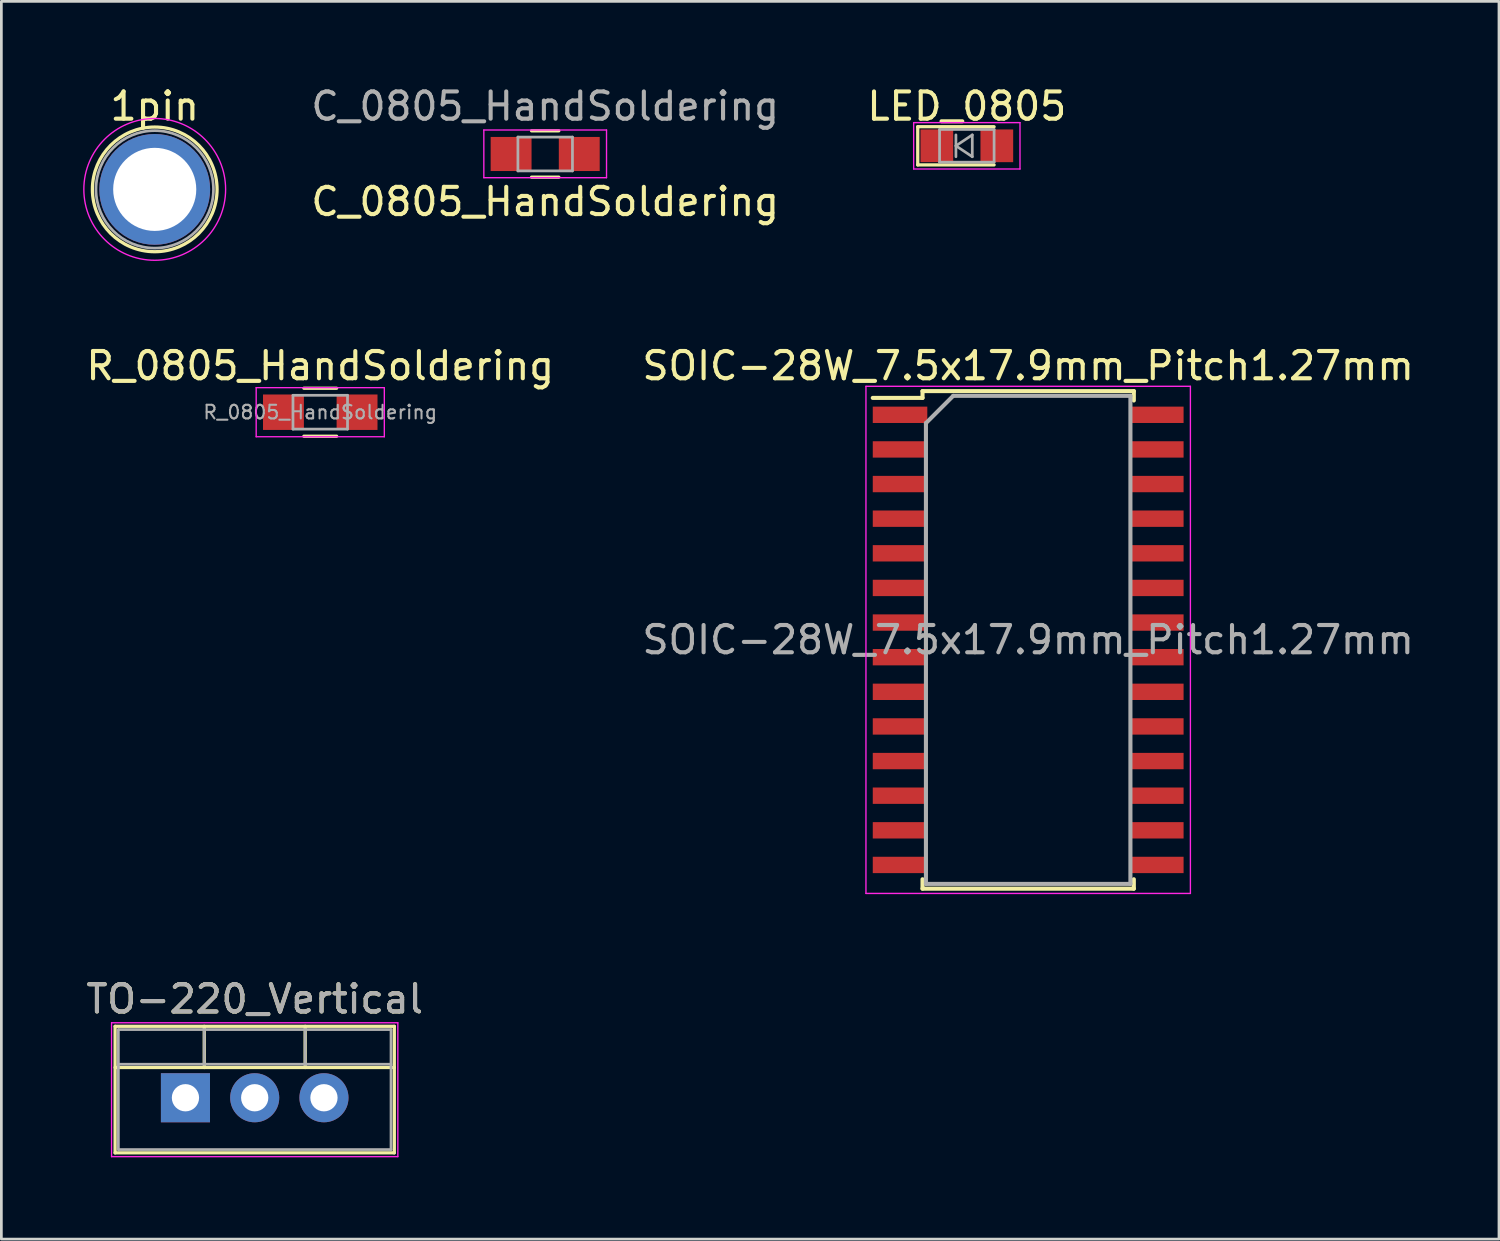
<source format=kicad_pcb>
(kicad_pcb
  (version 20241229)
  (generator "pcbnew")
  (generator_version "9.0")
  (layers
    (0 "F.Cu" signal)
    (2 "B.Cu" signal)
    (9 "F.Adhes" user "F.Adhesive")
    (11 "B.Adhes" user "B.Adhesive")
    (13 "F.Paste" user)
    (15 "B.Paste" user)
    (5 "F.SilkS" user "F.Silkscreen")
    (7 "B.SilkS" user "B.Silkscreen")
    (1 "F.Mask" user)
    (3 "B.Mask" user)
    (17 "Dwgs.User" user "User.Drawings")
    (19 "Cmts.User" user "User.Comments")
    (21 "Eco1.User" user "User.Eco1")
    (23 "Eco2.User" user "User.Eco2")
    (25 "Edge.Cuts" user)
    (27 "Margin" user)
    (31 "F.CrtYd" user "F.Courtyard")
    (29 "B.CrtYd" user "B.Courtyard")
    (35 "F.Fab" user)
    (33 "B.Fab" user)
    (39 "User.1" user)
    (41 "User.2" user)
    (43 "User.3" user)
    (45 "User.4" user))
  (footprint "TO-220_Vertical"
    (layer "F.Cu")
    (at 3.752 37.213)
    (property "Reference" "TO-220_Vertical" (at 2.54 -3.62 0) (layer "F.SilkS") (effects (font (size 1 1) (thickness 0.15))))
    (attr through_hole)
    (fp_line (start -2.58 -2.62) (end -2.58 2.021) (stroke (width 0.12) (type solid)) (layer "F.SilkS"))
    (fp_line (start -2.58 -2.62) (end 7.66 -2.62) (stroke (width 0.12) (type solid)) (layer "F.SilkS"))
    (fp_line (start -2.58 -1.11) (end 7.66 -1.11) (stroke (width 0.12) (type solid)) (layer "F.SilkS"))
    (fp_line (start -2.58 2.021) (end 7.66 2.021) (stroke (width 0.12) (type solid)) (layer "F.SilkS"))
    (fp_line (start 0.69 -2.62) (end 0.69 -1.11) (stroke (width 0.12) (type solid)) (layer "F.SilkS"))
    (fp_line (start 4.391 -2.62) (end 4.391 -1.11) (stroke (width 0.12) (type solid)) (layer "F.SilkS"))
    (fp_line (start 7.66 -2.62) (end 7.66 2.021) (stroke (width 0.12) (type solid)) (layer "F.SilkS"))
    (fp_line (start -2.71 -2.75) (end -2.71 2.16) (stroke (width 0.05) (type solid)) (layer "F.CrtYd"))
    (fp_line (start -2.71 2.16) (end 7.79 2.16) (stroke (width 0.05) (type solid)) (layer "F.CrtYd"))
    (fp_line (start 7.79 -2.75) (end -2.71 -2.75) (stroke (width 0.05) (type solid)) (layer "F.CrtYd"))
    (fp_line (start 7.79 2.16) (end 7.79 -2.75) (stroke (width 0.05) (type solid)) (layer "F.CrtYd"))
    (fp_line (start -2.46 -2.5) (end -2.46 1.9) (stroke (width 0.1) (type solid)) (layer "F.Fab"))
    (fp_line (start -2.46 -1.23) (end 7.54 -1.23) (stroke (width 0.1) (type solid)) (layer "F.Fab"))
    (fp_line (start -2.46 1.9) (end 7.54 1.9) (stroke (width 0.1) (type solid)) (layer "F.Fab"))
    (fp_line (start 0.69 -2.5) (end 0.69 -1.23) (stroke (width 0.1) (type solid)) (layer "F.Fab"))
    (fp_line (start 4.39 -2.5) (end 4.39 -1.23) (stroke (width 0.1) (type solid)) (layer "F.Fab"))
    (fp_line (start 7.54 -2.5) (end -2.46 -2.5) (stroke (width 0.1) (type solid)) (layer "F.Fab"))
    (fp_line (start 7.54 1.9) (end 7.54 -2.5) (stroke (width 0.1) (type solid)) (layer "F.Fab"))
    (fp_text user "${REFERENCE}" (at 2.54 -3.62 0) (layer "F.Fab") (effects (font (size 1 1) (thickness 0.15))))
    (pad "1" thru_hole rect (at 0 0) (size 1.8 1.8) (drill 1) (layers "*.Cu" "*.Mask"))
    (pad "2" thru_hole oval (at 2.54 0) (size 1.8 1.8) (drill 1) (layers "*.Cu" "*.Mask"))
    (pad "3" thru_hole oval (at 5.08 0) (size 1.8 1.8) (drill 1) (layers "*.Cu" "*.Mask")))
  (footprint "1pin"
    (layer "F.Cu")
    (at 2.625 3.896)
    (property "Reference" "1pin" (at 0 -3.048 0) (layer "F.SilkS") (effects (font (size 1 1) (thickness 0.15))))
    (attr through_hole)
    (fp_circle (center 0 0) (end 0 -2.286) (stroke (width 0.12) (type solid)) (fill no) (layer "F.SilkS"))
    (fp_circle (center 0 0) (end 2.6 0) (stroke (width 0.05) (type solid)) (fill no) (layer "F.CrtYd"))
    (fp_circle (center 0 0) (end 2 0.8) (stroke (width 0.1) (type solid)) (fill no) (layer "F.Fab"))
    (pad "1" thru_hole circle (at 0 0) (size 4.064 4.064) (drill 3.048) (layers "*.Cu" "*.Mask")))
  (footprint "R_0805_HandSoldering"
    (layer "F.Cu")
    (at 8.696 12.069)
    (property "Reference" "R_0805_HandSoldering" (at 0 -1.7 0) (layer "F.SilkS") (effects (font (size 1 1) (thickness 0.15))))
    (attr smd)
    (fp_line (start -0.6 -0.88) (end 0.6 -0.88) (stroke (width 0.12) (type solid)) (layer "F.SilkS"))
    (fp_line (start 0.6 0.88) (end -0.6 0.88) (stroke (width 0.12) (type solid)) (layer "F.SilkS"))
    (fp_line (start -2.35 -0.9) (end -2.35 0.9) (stroke (width 0.05) (type solid)) (layer "F.CrtYd"))
    (fp_line (start -2.35 -0.9) (end 2.35 -0.9) (stroke (width 0.05) (type solid)) (layer "F.CrtYd"))
    (fp_line (start 2.35 0.9) (end -2.35 0.9) (stroke (width 0.05) (type solid)) (layer "F.CrtYd"))
    (fp_line (start 2.35 0.9) (end 2.35 -0.9) (stroke (width 0.05) (type solid)) (layer "F.CrtYd"))
    (fp_line (start -1 -0.62) (end 1 -0.62) (stroke (width 0.1) (type solid)) (layer "F.Fab"))
    (fp_line (start -1 0.62) (end -1 -0.62) (stroke (width 0.1) (type solid)) (layer "F.Fab"))
    (fp_line (start 1 -0.62) (end 1 0.62) (stroke (width 0.1) (type solid)) (layer "F.Fab"))
    (fp_line (start 1 0.62) (end -1 0.62) (stroke (width 0.1) (type solid)) (layer "F.Fab"))
    (fp_text user "${REFERENCE}" (at 0 0 0) (layer "F.Fab") (effects (font (size 0.5 0.5) (thickness 0.075))))
    (pad "1" smd rect (at -1.35 0) (size 1.5 1.3) (layers "F.Cu" "F.Mask" "F.Paste"))
    (pad "2" smd rect (at 1.35 0) (size 1.5 1.3) (layers "F.Cu" "F.Mask" "F.Paste")))
  (footprint "LED_0805"
    (layer "F.Cu")
    (at 32.411 2.298)
    (property "Reference" "LED_0805" (at 0 -1.45 0) (layer "F.SilkS") (effects (font (size 1 1) (thickness 0.15))))
    (attr smd)
    (fp_line (start -1.8 -0.7) (end -1.8 0.7) (stroke (width 0.12) (type solid)) (layer "F.SilkS"))
    (fp_line (start -1.8 -0.7) (end 1 -0.7) (stroke (width 0.12) (type solid)) (layer "F.SilkS"))
    (fp_line (start -1.8 0.7) (end 1 0.7) (stroke (width 0.12) (type solid)) (layer "F.SilkS"))
    (fp_line (start -1.95 -0.85) (end 1.95 -0.85) (stroke (width 0.05) (type solid)) (layer "F.CrtYd"))
    (fp_line (start -1.95 0.85) (end -1.95 -0.85) (stroke (width 0.05) (type solid)) (layer "F.CrtYd"))
    (fp_line (start 1.95 -0.85) (end 1.95 0.85) (stroke (width 0.05) (type solid)) (layer "F.CrtYd"))
    (fp_line (start 1.95 0.85) (end -1.95 0.85) (stroke (width 0.05) (type solid)) (layer "F.CrtYd"))
    (fp_line (start -1 -0.6) (end 1 -0.6) (stroke (width 0.1) (type solid)) (layer "F.Fab"))
    (fp_line (start -1 0.6) (end -1 -0.6) (stroke (width 0.1) (type solid)) (layer "F.Fab"))
    (fp_line (start -0.4 -0.4) (end -0.4 0.4) (stroke (width 0.1) (type solid)) (layer "F.Fab"))
    (fp_line (start -0.4 0) (end 0.2 -0.4) (stroke (width 0.1) (type solid)) (layer "F.Fab"))
    (fp_line (start 0.2 -0.4) (end 0.2 0.4) (stroke (width 0.1) (type solid)) (layer "F.Fab"))
    (fp_line (start 0.2 0.4) (end -0.4 0) (stroke (width 0.1) (type solid)) (layer "F.Fab"))
    (fp_line (start 1 -0.6) (end 1 0.6) (stroke (width 0.1) (type solid)) (layer "F.Fab"))
    (fp_line (start 1 0.6) (end -1 0.6) (stroke (width 0.1) (type solid)) (layer "F.Fab"))
    (pad "1" smd rect (at -1.1 0 180) (size 1.2 1.2) (layers "F.Cu" "F.Mask" "F.Paste"))
    (pad "2" smd rect (at 1.1 0 180) (size 1.2 1.2) (layers "F.Cu" "F.Mask" "F.Paste")))
  (footprint "SOIC-28W_7.5x17.9mm_Pitch1.27mm"
    (layer "F.Cu")
    (at 34.661 20.419)
    (property "Reference" "SOIC-28W_7.5x17.9mm_Pitch1.27mm" (at 0 -10.05 0) (layer "F.SilkS") (effects (font (size 1 1) (thickness 0.15))))
    (attr smd)
    (fp_line (start -3.875 -9.125) (end -3.875 -8.875) (stroke (width 0.15) (type solid)) (layer "F.SilkS"))
    (fp_line (start -3.875 -9.125) (end 3.875 -9.125) (stroke (width 0.15) (type solid)) (layer "F.SilkS"))
    (fp_line (start -3.875 -8.875) (end -5.7 -8.875) (stroke (width 0.15) (type solid)) (layer "F.SilkS"))
    (fp_line (start -3.875 9.125) (end -3.875 8.78) (stroke (width 0.15) (type solid)) (layer "F.SilkS"))
    (fp_line (start -3.875 9.125) (end 3.875 9.125) (stroke (width 0.15) (type solid)) (layer "F.SilkS"))
    (fp_line (start 3.875 -9.125) (end 3.875 -8.78) (stroke (width 0.15) (type solid)) (layer "F.SilkS"))
    (fp_line (start 3.875 9.125) (end 3.875 8.78) (stroke (width 0.15) (type solid)) (layer "F.SilkS"))
    (fp_line (start -5.95 -9.3) (end -5.95 9.3) (stroke (width 0.05) (type solid)) (layer "F.CrtYd"))
    (fp_line (start -5.95 -9.3) (end 5.95 -9.3) (stroke (width 0.05) (type solid)) (layer "F.CrtYd"))
    (fp_line (start -5.95 9.3) (end 5.95 9.3) (stroke (width 0.05) (type solid)) (layer "F.CrtYd"))
    (fp_line (start 5.95 -9.3) (end 5.95 9.3) (stroke (width 0.05) (type solid)) (layer "F.CrtYd"))
    (fp_line (start -3.75 -7.95) (end -2.75 -8.95) (stroke (width 0.15) (type solid)) (layer "F.Fab"))
    (fp_line (start -3.75 8.95) (end -3.75 -7.95) (stroke (width 0.15) (type solid)) (layer "F.Fab"))
    (fp_line (start -2.75 -8.95) (end 3.75 -8.95) (stroke (width 0.15) (type solid)) (layer "F.Fab"))
    (fp_line (start 3.75 -8.95) (end 3.75 8.95) (stroke (width 0.15) (type solid)) (layer "F.Fab"))
    (fp_line (start 3.75 8.95) (end -3.75 8.95) (stroke (width 0.15) (type solid)) (layer "F.Fab"))
    (fp_text user "${REFERENCE}" (at 0 0 0) (layer "F.Fab") (effects (font (size 1 1) (thickness 0.15))))
    (pad "1" smd rect (at -4.7 -8.255) (size 2 0.6) (layers "F.Cu" "F.Mask" "F.Paste"))
    (pad "2" smd rect (at -4.7 -6.985) (size 2 0.6) (layers "F.Cu" "F.Mask" "F.Paste"))
    (pad "3" smd rect (at -4.7 -5.715) (size 2 0.6) (layers "F.Cu" "F.Mask" "F.Paste"))
    (pad "4" smd rect (at -4.7 -4.445) (size 2 0.6) (layers "F.Cu" "F.Mask" "F.Paste"))
    (pad "5" smd rect (at -4.7 -3.175) (size 2 0.6) (layers "F.Cu" "F.Mask" "F.Paste"))
    (pad "6" smd rect (at -4.7 -1.905) (size 2 0.6) (layers "F.Cu" "F.Mask" "F.Paste"))
    (pad "7" smd rect (at -4.7 -0.635) (size 2 0.6) (layers "F.Cu" "F.Mask" "F.Paste"))
    (pad "8" smd rect (at -4.7 0.635) (size 2 0.6) (layers "F.Cu" "F.Mask" "F.Paste"))
    (pad "9" smd rect (at -4.7 1.905) (size 2 0.6) (layers "F.Cu" "F.Mask" "F.Paste"))
    (pad "10" smd rect (at -4.7 3.175) (size 2 0.6) (layers "F.Cu" "F.Mask" "F.Paste"))
    (pad "11" smd rect (at -4.7 4.445) (size 2 0.6) (layers "F.Cu" "F.Mask" "F.Paste"))
    (pad "12" smd rect (at -4.7 5.715) (size 2 0.6) (layers "F.Cu" "F.Mask" "F.Paste"))
    (pad "13" smd rect (at -4.7 6.985) (size 2 0.6) (layers "F.Cu" "F.Mask" "F.Paste"))
    (pad "14" smd rect (at -4.7 8.255) (size 2 0.6) (layers "F.Cu" "F.Mask" "F.Paste"))
    (pad "15" smd rect (at 4.7 8.255) (size 2 0.6) (layers "F.Cu" "F.Mask" "F.Paste"))
    (pad "16" smd rect (at 4.7 6.985) (size 2 0.6) (layers "F.Cu" "F.Mask" "F.Paste"))
    (pad "17" smd rect (at 4.7 5.715) (size 2 0.6) (layers "F.Cu" "F.Mask" "F.Paste"))
    (pad "18" smd rect (at 4.7 4.445) (size 2 0.6) (layers "F.Cu" "F.Mask" "F.Paste"))
    (pad "19" smd rect (at 4.7 3.175) (size 2 0.6) (layers "F.Cu" "F.Mask" "F.Paste"))
    (pad "20" smd rect (at 4.7 1.905) (size 2 0.6) (layers "F.Cu" "F.Mask" "F.Paste"))
    (pad "21" smd rect (at 4.7 0.635) (size 2 0.6) (layers "F.Cu" "F.Mask" "F.Paste"))
    (pad "22" smd rect (at 4.7 -0.635) (size 2 0.6) (layers "F.Cu" "F.Mask" "F.Paste"))
    (pad "23" smd rect (at 4.7 -1.905) (size 2 0.6) (layers "F.Cu" "F.Mask" "F.Paste"))
    (pad "24" smd rect (at 4.7 -3.175) (size 2 0.6) (layers "F.Cu" "F.Mask" "F.Paste"))
    (pad "25" smd rect (at 4.7 -4.445) (size 2 0.6) (layers "F.Cu" "F.Mask" "F.Paste"))
    (pad "26" smd rect (at 4.7 -5.715) (size 2 0.6) (layers "F.Cu" "F.Mask" "F.Paste"))
    (pad "27" smd rect (at 4.7 -6.985) (size 2 0.6) (layers "F.Cu" "F.Mask" "F.Paste"))
    (pad "28" smd rect (at 4.7 -8.255) (size 2 0.6) (layers "F.Cu" "F.Mask" "F.Paste")))
  (footprint "C_0805_HandSoldering"
    (layer "F.Cu")
    (at 16.946 2.598)
    (property "Reference" "C_0805_HandSoldering" (at 0 1.75 0) (layer "F.SilkS") (effects (font (size 1 1) (thickness 0.15))))
    (attr smd)
    (fp_line (start -0.5 0.85) (end 0.5 0.85) (stroke (width 0.12) (type solid)) (layer "F.SilkS"))
    (fp_line (start 0.5 -0.85) (end -0.5 -0.85) (stroke (width 0.12) (type solid)) (layer "F.SilkS"))
    (fp_line (start -2.25 -0.88) (end -2.25 0.87) (stroke (width 0.05) (type solid)) (layer "F.CrtYd"))
    (fp_line (start -2.25 -0.88) (end 2.25 -0.88) (stroke (width 0.05) (type solid)) (layer "F.CrtYd"))
    (fp_line (start 2.25 0.87) (end -2.25 0.87) (stroke (width 0.05) (type solid)) (layer "F.CrtYd"))
    (fp_line (start 2.25 0.87) (end 2.25 -0.88) (stroke (width 0.05) (type solid)) (layer "F.CrtYd"))
    (fp_line (start -1 -0.62) (end 1 -0.62) (stroke (width 0.1) (type solid)) (layer "F.Fab"))
    (fp_line (start -1 0.62) (end -1 -0.62) (stroke (width 0.1) (type solid)) (layer "F.Fab"))
    (fp_line (start 1 -0.62) (end 1 0.62) (stroke (width 0.1) (type solid)) (layer "F.Fab"))
    (fp_line (start 1 0.62) (end -1 0.62) (stroke (width 0.1) (type solid)) (layer "F.Fab"))
    (fp_text user "${REFERENCE}" (at 0 -1.75 0) (layer "F.Fab") (effects (font (size 1 1) (thickness 0.15))))
    (pad "1" smd rect (at -1.25 0) (size 1.5 1.25) (layers "F.Cu" "F.Mask" "F.Paste"))
    (pad "2" smd rect (at 1.25 0) (size 1.5 1.25) (layers "F.Cu" "F.Mask" "F.Paste")))
  (gr_rect
    (start -3 -3)
    (end 51.929 42.398)
    (stroke (width 0.1) (type default))
    (fill no)
    (layer "Edge.Cuts")))
</source>
